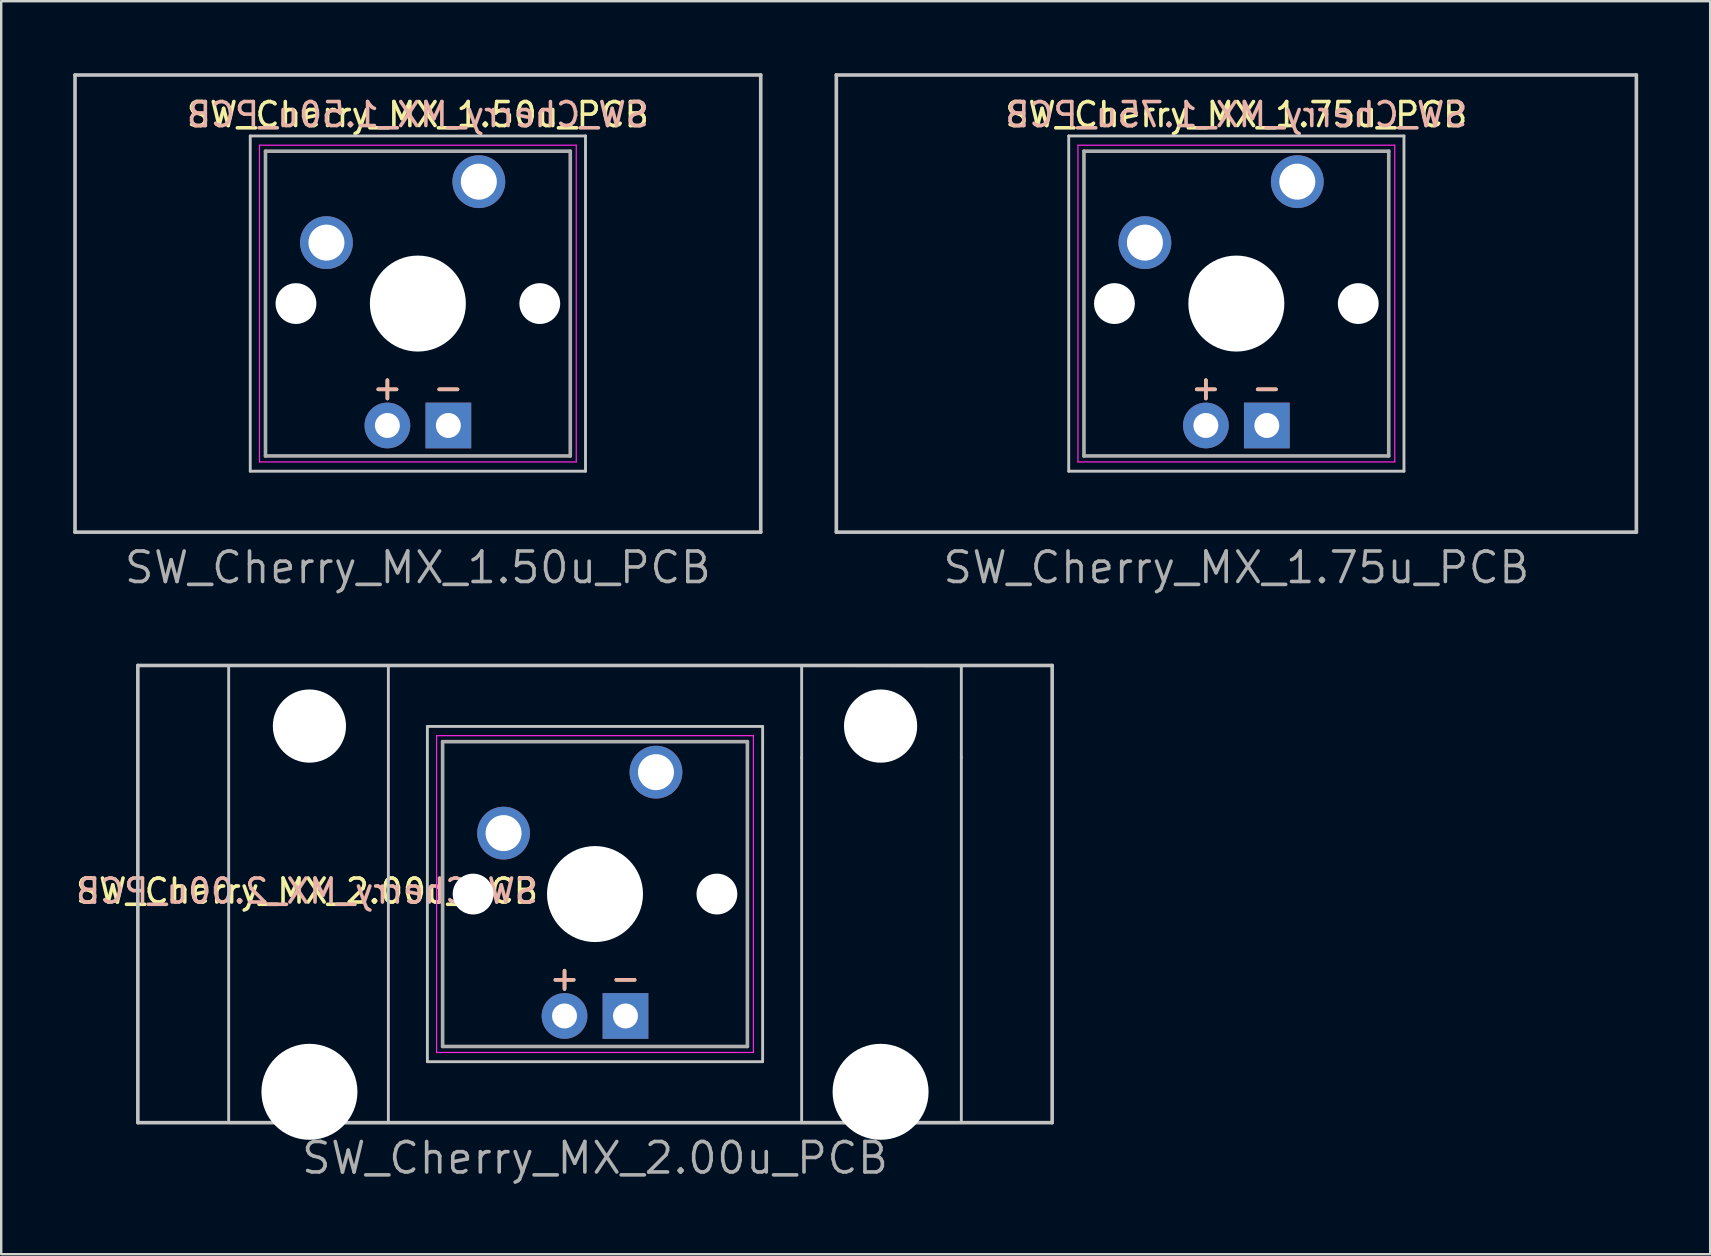
<source format=kicad_pcb>
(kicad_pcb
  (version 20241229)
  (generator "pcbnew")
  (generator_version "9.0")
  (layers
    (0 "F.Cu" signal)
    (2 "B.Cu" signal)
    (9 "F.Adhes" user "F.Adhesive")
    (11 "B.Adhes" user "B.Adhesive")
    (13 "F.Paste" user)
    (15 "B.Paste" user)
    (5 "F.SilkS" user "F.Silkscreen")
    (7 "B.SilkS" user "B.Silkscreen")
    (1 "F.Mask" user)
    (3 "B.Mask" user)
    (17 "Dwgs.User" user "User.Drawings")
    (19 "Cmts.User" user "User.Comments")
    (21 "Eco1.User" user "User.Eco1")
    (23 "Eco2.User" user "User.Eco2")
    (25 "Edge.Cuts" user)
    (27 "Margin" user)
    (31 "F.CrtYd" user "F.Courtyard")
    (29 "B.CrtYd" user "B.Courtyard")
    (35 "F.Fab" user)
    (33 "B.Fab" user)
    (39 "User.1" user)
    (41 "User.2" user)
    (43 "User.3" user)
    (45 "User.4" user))
  (footprint "SW_Cherry_MX_1.50u_PCB"
    (layer "F.Cu")
    (at 14.363 9.6)
    (property "Reference" "SW_Cherry_MX_1.50u_PCB" (at 0 11 0) (layer "F.Fab") (effects (font (size 1.27 1.27) (thickness 0.15))))
    (attr through_hole)
    (fp_line (start -14.287 -9.525) (end 14.287 -9.525) (stroke (width 0.15) (type solid)) (layer "Dwgs.User"))
    (fp_line (start -14.287 9.525) (end -14.287 -9.525) (stroke (width 0.15) (type solid)) (layer "Dwgs.User"))
    (fp_line (start -6.985 -6.985) (end 6.985 -6.985) (stroke (width 0.12) (type solid)) (layer "Dwgs.User"))
    (fp_line (start -6.985 6.985) (end -6.985 -6.985) (stroke (width 0.12) (type solid)) (layer "Dwgs.User"))
    (fp_line (start 6.985 -6.985) (end 6.985 6.985) (stroke (width 0.12) (type solid)) (layer "Dwgs.User"))
    (fp_line (start 6.985 6.985) (end -6.985 6.985) (stroke (width 0.12) (type solid)) (layer "Dwgs.User"))
    (fp_line (start 14.287 -9.525) (end 14.287 9.525) (stroke (width 0.15) (type solid)) (layer "Dwgs.User"))
    (fp_line (start 14.287 9.525) (end -14.287 9.525) (stroke (width 0.15) (type solid)) (layer "Dwgs.User"))
    (fp_line (start -6.985 -6.985) (end 6.985 -6.985) (stroke (width 0.05) (type solid)) (layer "Eco1.User"))
    (fp_line (start -6.985 6.985) (end -6.985 -6.985) (stroke (width 0.05) (type solid)) (layer "Eco1.User"))
    (fp_line (start 6.985 -6.985) (end 6.985 6.985) (stroke (width 0.05) (type solid)) (layer "Eco1.User"))
    (fp_line (start 6.985 6.985) (end -6.985 6.985) (stroke (width 0.05) (type solid)) (layer "Eco1.User"))
    (fp_line (start -6.6 -6.6) (end 6.6 -6.6) (stroke (width 0.05) (type solid)) (layer "F.CrtYd"))
    (fp_line (start -6.6 6.6) (end -6.6 -6.6) (stroke (width 0.05) (type solid)) (layer "F.CrtYd"))
    (fp_line (start 6.6 -6.6) (end 6.6 6.6) (stroke (width 0.05) (type solid)) (layer "F.CrtYd"))
    (fp_line (start 6.6 6.6) (end -6.6 6.6) (stroke (width 0.05) (type solid)) (layer "F.CrtYd"))
    (fp_line (start -6.35 -6.35) (end 6.35 -6.35) (stroke (width 0.15) (type solid)) (layer "F.Fab"))
    (fp_line (start -6.35 6.35) (end -6.35 -6.35) (stroke (width 0.15) (type solid)) (layer "F.Fab"))
    (fp_line (start 6.35 -6.35) (end 6.35 6.35) (stroke (width 0.15) (type solid)) (layer "F.Fab"))
    (fp_line (start 6.35 6.35) (end -6.35 6.35) (stroke (width 0.15) (type solid)) (layer "F.Fab"))
    (fp_text user "-" (at 1.27 3.5 0) (layer "F.SilkS") (effects (font (size 1 1) (thickness 0.15))))
    (fp_text user "${REFERENCE}" (at 0 -7.874 0) (layer "F.SilkS") (effects (font (size 1 1) (thickness 0.15))))
    (fp_text user "+" (at -1.27 3.5 0) (layer "F.SilkS") (effects (font (size 1 1) (thickness 0.15))))
    (fp_text user "+" (at -1.27 3.5 0) (layer "B.SilkS") (effects (font (size 1 1) (thickness 0.15))))
    (fp_text user "${REFERENCE}" (at 0 -7.874 0) (layer "B.SilkS") (effects (font (size 1 1) (thickness 0.15)) (justify mirror)))
    (fp_text user "-" (at 1.27 3.5 0) (layer "B.SilkS") (effects (font (size 1 1) (thickness 0.15))))
    (pad "" np_thru_hole circle (at -5.08 0) (size 1.7 1.7) (drill 1.7) (layers "*.Cu" "*.Mask"))
    (pad "" np_thru_hole circle (at 0 0) (size 4 4) (drill 4) (layers "*.Cu" "*.Mask"))
    (pad "" np_thru_hole circle (at 5.08 0) (size 1.7 1.7) (drill 1.7) (layers "*.Cu" "*.Mask"))
    (pad "1" thru_hole circle (at 2.54 -5.08) (size 2.2 2.2) (drill 1.5) (layers "*.Cu" "*.Mask"))
    (pad "2" thru_hole circle (at -3.81 -2.54) (size 2.2 2.2) (drill 1.5) (layers "*.Cu" "*.Mask"))
    (pad "3" thru_hole circle (at -1.27 5.08) (size 1.905 1.905) (drill 1.04) (layers "*.Cu" "*.Mask"))
    (pad "4" thru_hole rect (at 1.27 5.08) (size 1.905 1.905) (drill 1.04) (layers "*.Cu" "*.Mask")))
  (footprint "SW_Cherry_MX_2.00u_PCB"
    (layer "F.Cu")
    (at 21.744 34.206)
    (property "Reference" "SW_Cherry_MX_2.00u_PCB" (at 0 11 0) (layer "F.Fab") (effects (font (size 1.27 1.27) (thickness 0.15))))
    (attr through_hole)
    (fp_line (start -19.05 -9.525) (end 19.05 -9.525) (stroke (width 0.15) (type solid)) (layer "Dwgs.User"))
    (fp_line (start -19.05 9.525) (end -19.05 -9.525) (stroke (width 0.15) (type solid)) (layer "Dwgs.User"))
    (fp_line (start -15.265 9.525) (end -15.265 -9.525) (stroke (width 0.12) (type solid)) (layer "Dwgs.User"))
    (fp_line (start -15.265 9.525) (end -8.611 9.525) (stroke (width 0.12) (type solid)) (layer "Dwgs.User"))
    (fp_line (start -8.611 -9.525) (end -15.265 -9.525) (stroke (width 0.12) (type solid)) (layer "Dwgs.User"))
    (fp_line (start -8.611 9.525) (end -8.611 -9.525) (stroke (width 0.12) (type solid)) (layer "Dwgs.User"))
    (fp_line (start -6.985 -6.985) (end 6.985 -6.985) (stroke (width 0.12) (type solid)) (layer "Dwgs.User"))
    (fp_line (start -6.985 6.985) (end -6.985 -6.985) (stroke (width 0.12) (type solid)) (layer "Dwgs.User"))
    (fp_line (start 6.985 -6.985) (end 6.985 6.985) (stroke (width 0.12) (type solid)) (layer "Dwgs.User"))
    (fp_line (start 6.985 6.985) (end -6.985 6.985) (stroke (width 0.12) (type solid)) (layer "Dwgs.User"))
    (fp_line (start 8.611 -5.69) (end 8.611 -9.525) (stroke (width 0.12) (type solid)) (layer "Dwgs.User"))
    (fp_line (start 8.611 -5.69) (end 8.611 9.525) (stroke (width 0.12) (type solid)) (layer "Dwgs.User"))
    (fp_line (start 8.611 9.525) (end 15.265 9.525) (stroke (width 0.12) (type solid)) (layer "Dwgs.User"))
    (fp_line (start 15.265 -9.512) (end 8.611 -9.525) (stroke (width 0.12) (type solid)) (layer "Dwgs.User"))
    (fp_line (start 15.265 -5.69) (end 15.265 -9.512) (stroke (width 0.12) (type solid)) (layer "Dwgs.User"))
    (fp_line (start 15.265 -5.69) (end 15.265 9.525) (stroke (width 0.12) (type solid)) (layer "Dwgs.User"))
    (fp_line (start 19.05 -9.525) (end 19.05 9.525) (stroke (width 0.15) (type solid)) (layer "Dwgs.User"))
    (fp_line (start 19.05 9.525) (end -19.05 9.525) (stroke (width 0.15) (type solid)) (layer "Dwgs.User"))
    (fp_line (start -16.129 -2.286) (end -15.265 -2.286) (stroke (width 0.05) (type solid)) (layer "Eco1.User"))
    (fp_line (start -16.129 0.508) (end -16.129 -2.286) (stroke (width 0.05) (type solid)) (layer "Eco1.User"))
    (fp_line (start -15.265 -5.69) (end -8.611 -5.69) (stroke (width 0.05) (type solid)) (layer "Eco1.User"))
    (fp_line (start -15.265 -2.286) (end -15.265 -5.69) (stroke (width 0.05) (type solid)) (layer "Eco1.User"))
    (fp_line (start -15.265 0.508) (end -16.129 0.508) (stroke (width 0.05) (type solid)) (layer "Eco1.User"))
    (fp_line (start -15.265 6.604) (end -15.265 0.508) (stroke (width 0.05) (type solid)) (layer "Eco1.User"))
    (fp_line (start -14.224 6.604) (end -15.265 6.604) (stroke (width 0.05) (type solid)) (layer "Eco1.User"))
    (fp_line (start -14.224 7.772) (end -14.224 6.604) (stroke (width 0.05) (type solid)) (layer "Eco1.User"))
    (fp_line (start -9.652 6.604) (end -9.652 7.772) (stroke (width 0.05) (type solid)) (layer "Eco1.User"))
    (fp_line (start -9.652 7.772) (end -14.224 7.772) (stroke (width 0.05) (type solid)) (layer "Eco1.User"))
    (fp_line (start -8.611 -5.69) (end -8.611 -4.877) (stroke (width 0.05) (type solid)) (layer "Eco1.User"))
    (fp_line (start -8.611 -4.877) (end -6.985 -4.877) (stroke (width 0.05) (type solid)) (layer "Eco1.User"))
    (fp_line (start -8.611 5.817) (end -8.611 6.604) (stroke (width 0.05) (type solid)) (layer "Eco1.User"))
    (fp_line (start -8.611 6.604) (end -9.652 6.604) (stroke (width 0.05) (type solid)) (layer "Eco1.User"))
    (fp_line (start -6.985 -6.985) (end 6.985 -6.985) (stroke (width 0.05) (type solid)) (layer "Eco1.User"))
    (fp_line (start -6.985 -4.877) (end -6.985 -6.985) (stroke (width 0.05) (type solid)) (layer "Eco1.User"))
    (fp_line (start -6.985 5.817) (end -8.611 5.817) (stroke (width 0.05) (type solid)) (layer "Eco1.User"))
    (fp_line (start -6.985 6.985) (end -6.985 5.817) (stroke (width 0.05) (type solid)) (layer "Eco1.User"))
    (fp_line (start 6.985 -6.985) (end 6.985 -4.877) (stroke (width 0.05) (type solid)) (layer "Eco1.User"))
    (fp_line (start 6.985 -4.877) (end 8.611 -4.877) (stroke (width 0.05) (type solid)) (layer "Eco1.User"))
    (fp_line (start 6.985 5.817) (end 6.985 6.985) (stroke (width 0.05) (type solid)) (layer "Eco1.User"))
    (fp_line (start 6.985 6.985) (end -6.985 6.985) (stroke (width 0.05) (type solid)) (layer "Eco1.User"))
    (fp_line (start 8.611 -5.69) (end 15.265 -5.69) (stroke (width 0.05) (type solid)) (layer "Eco1.User"))
    (fp_line (start 8.611 -4.877) (end 8.611 -5.69) (stroke (width 0.05) (type solid)) (layer "Eco1.User"))
    (fp_line (start 8.611 5.817) (end 6.985 5.817) (stroke (width 0.05) (type solid)) (layer "Eco1.User"))
    (fp_line (start 8.611 6.604) (end 8.611 5.817) (stroke (width 0.05) (type solid)) (layer "Eco1.User"))
    (fp_line (start 9.652 6.604) (end 8.611 6.604) (stroke (width 0.05) (type solid)) (layer "Eco1.User"))
    (fp_line (start 9.652 7.772) (end 9.652 6.604) (stroke (width 0.05) (type solid)) (layer "Eco1.User"))
    (fp_line (start 14.224 6.604) (end 14.224 7.772) (stroke (width 0.05) (type solid)) (layer "Eco1.User"))
    (fp_line (start 14.224 7.772) (end 9.652 7.772) (stroke (width 0.05) (type solid)) (layer "Eco1.User"))
    (fp_line (start 15.265 -5.69) (end 15.265 -2.286) (stroke (width 0.05) (type solid)) (layer "Eco1.User"))
    (fp_line (start 15.265 -2.286) (end 16.129 -2.286) (stroke (width 0.05) (type solid)) (layer "Eco1.User"))
    (fp_line (start 15.265 0.508) (end 15.265 6.604) (stroke (width 0.05) (type solid)) (layer "Eco1.User"))
    (fp_line (start 15.265 6.604) (end 14.224 6.604) (stroke (width 0.05) (type solid)) (layer "Eco1.User"))
    (fp_line (start 16.129 -2.286) (end 16.129 0.508) (stroke (width 0.05) (type solid)) (layer "Eco1.User"))
    (fp_line (start 16.129 0.508) (end 15.265 0.508) (stroke (width 0.05) (type solid)) (layer "Eco1.User"))
    (fp_line (start -6.6 -6.6) (end 6.6 -6.6) (stroke (width 0.05) (type solid)) (layer "F.CrtYd"))
    (fp_line (start -6.6 6.6) (end -6.6 -6.6) (stroke (width 0.05) (type solid)) (layer "F.CrtYd"))
    (fp_line (start 6.6 -6.6) (end 6.6 6.6) (stroke (width 0.05) (type solid)) (layer "F.CrtYd"))
    (fp_line (start 6.6 6.6) (end -6.6 6.6) (stroke (width 0.05) (type solid)) (layer "F.CrtYd"))
    (fp_line (start -6.35 -6.35) (end 6.35 -6.35) (stroke (width 0.15) (type solid)) (layer "F.Fab"))
    (fp_line (start -6.35 6.35) (end -6.35 -6.35) (stroke (width 0.15) (type solid)) (layer "F.Fab"))
    (fp_line (start 6.35 -6.35) (end 6.35 6.35) (stroke (width 0.15) (type solid)) (layer "F.Fab"))
    (fp_line (start 6.35 6.35) (end -6.35 6.35) (stroke (width 0.15) (type solid)) (layer "F.Fab"))
    (fp_text user "${REFERENCE}" (at -12 -0.124 0) (layer "F.SilkS") (effects (font (size 1 1) (thickness 0.15))))
    (fp_text user "+" (at -1.27 3.5 0) (layer "F.SilkS") (effects (font (size 1 1) (thickness 0.15))))
    (fp_text user "-" (at 1.27 3.5 0) (layer "F.SilkS") (effects (font (size 1 1) (thickness 0.15))))
    (fp_text user "+" (at -1.27 3.5 0) (layer "B.SilkS") (effects (font (size 1 1) (thickness 0.15))))
    (fp_text user "${REFERENCE}" (at -12 -0.124 0) (layer "B.SilkS") (effects (font (size 1 1) (thickness 0.15)) (justify mirror)))
    (fp_text user "-" (at 1.27 3.5 0) (layer "B.SilkS") (effects (font (size 1 1) (thickness 0.15))))
    (pad "" np_thru_hole circle (at -11.9 -7) (size 3.05 3.05) (drill 3.05) (layers "*.Cu" "*.Mask"))
    (pad "" np_thru_hole circle (at -11.9 8.24) (size 4 4) (drill 4) (layers "*.Cu" "*.Mask"))
    (pad "" np_thru_hole circle (at -5.08 0) (size 1.7 1.7) (drill 1.7) (layers "*.Cu" "*.Mask"))
    (pad "" np_thru_hole circle (at 0 0) (size 4 4) (drill 4) (layers "*.Cu" "*.Mask"))
    (pad "" np_thru_hole circle (at 5.08 0) (size 1.7 1.7) (drill 1.7) (layers "*.Cu" "*.Mask"))
    (pad "" np_thru_hole circle (at 11.9 -7) (size 3.05 3.05) (drill 3.05) (layers "*.Cu" "*.Mask"))
    (pad "" np_thru_hole circle (at 11.9 8.24) (size 4 4) (drill 4) (layers "*.Cu" "*.Mask"))
    (pad "1" thru_hole circle (at 2.54 -5.08) (size 2.2 2.2) (drill 1.5) (layers "*.Cu" "*.Mask"))
    (pad "2" thru_hole circle (at -3.81 -2.54) (size 2.2 2.2) (drill 1.5) (layers "*.Cu" "*.Mask"))
    (pad "3" thru_hole circle (at -1.27 5.08) (size 1.905 1.905) (drill 1.04) (layers "*.Cu" "*.Mask"))
    (pad "4" thru_hole rect (at 1.27 5.08) (size 1.905 1.905) (drill 1.04) (layers "*.Cu" "*.Mask")))
  (footprint "SW_Cherry_MX_1.75u_PCB"
    (layer "F.Cu")
    (at 48.469 9.6)
    (property "Reference" "SW_Cherry_MX_1.75u_PCB" (at 0 11 0) (layer "F.Fab") (effects (font (size 1.27 1.27) (thickness 0.15))))
    (attr through_hole)
    (fp_line (start -16.669 -9.525) (end 16.669 -9.525) (stroke (width 0.15) (type solid)) (layer "Dwgs.User"))
    (fp_line (start -16.669 9.525) (end -16.669 -9.525) (stroke (width 0.15) (type solid)) (layer "Dwgs.User"))
    (fp_line (start -6.985 -6.985) (end 6.985 -6.985) (stroke (width 0.12) (type solid)) (layer "Dwgs.User"))
    (fp_line (start -6.985 6.985) (end -6.985 -6.985) (stroke (width 0.12) (type solid)) (layer "Dwgs.User"))
    (fp_line (start 6.985 -6.985) (end 6.985 6.985) (stroke (width 0.12) (type solid)) (layer "Dwgs.User"))
    (fp_line (start 6.985 6.985) (end -6.985 6.985) (stroke (width 0.12) (type solid)) (layer "Dwgs.User"))
    (fp_line (start 16.669 -9.525) (end 16.669 9.525) (stroke (width 0.15) (type solid)) (layer "Dwgs.User"))
    (fp_line (start 16.669 9.525) (end -16.669 9.525) (stroke (width 0.15) (type solid)) (layer "Dwgs.User"))
    (fp_line (start -6.985 -6.985) (end 6.985 -6.985) (stroke (width 0.05) (type solid)) (layer "Eco1.User"))
    (fp_line (start -6.985 6.985) (end -6.985 -6.985) (stroke (width 0.05) (type solid)) (layer "Eco1.User"))
    (fp_line (start 6.985 -6.985) (end 6.985 6.985) (stroke (width 0.05) (type solid)) (layer "Eco1.User"))
    (fp_line (start 6.985 6.985) (end -6.985 6.985) (stroke (width 0.05) (type solid)) (layer "Eco1.User"))
    (fp_line (start -6.6 -6.6) (end 6.6 -6.6) (stroke (width 0.05) (type solid)) (layer "F.CrtYd"))
    (fp_line (start -6.6 6.6) (end -6.6 -6.6) (stroke (width 0.05) (type solid)) (layer "F.CrtYd"))
    (fp_line (start 6.6 -6.6) (end 6.6 6.6) (stroke (width 0.05) (type solid)) (layer "F.CrtYd"))
    (fp_line (start 6.6 6.6) (end -6.6 6.6) (stroke (width 0.05) (type solid)) (layer "F.CrtYd"))
    (fp_line (start -6.35 -6.35) (end 6.35 -6.35) (stroke (width 0.15) (type solid)) (layer "F.Fab"))
    (fp_line (start -6.35 6.35) (end -6.35 -6.35) (stroke (width 0.15) (type solid)) (layer "F.Fab"))
    (fp_line (start 6.35 -6.35) (end 6.35 6.35) (stroke (width 0.15) (type solid)) (layer "F.Fab"))
    (fp_line (start 6.35 6.35) (end -6.35 6.35) (stroke (width 0.15) (type solid)) (layer "F.Fab"))
    (fp_text user "+" (at -1.27 3.5 0) (layer "F.SilkS") (effects (font (size 1 1) (thickness 0.15))))
    (fp_text user "-" (at 1.27 3.5 0) (layer "F.SilkS") (effects (font (size 1 1) (thickness 0.15))))
    (fp_text user "${REFERENCE}" (at 0 -7.874 0) (layer "F.SilkS") (effects (font (size 1 1) (thickness 0.15))))
    (fp_text user "+" (at -1.27 3.5 0) (layer "B.SilkS") (effects (font (size 1 1) (thickness 0.15))))
    (fp_text user "-" (at 1.27 3.5 0) (layer "B.SilkS") (effects (font (size 1 1) (thickness 0.15))))
    (fp_text user "${REFERENCE}" (at 0 -7.874 0) (layer "B.SilkS") (effects (font (size 1 1) (thickness 0.15)) (justify mirror)))
    (pad "" np_thru_hole circle (at -5.08 0) (size 1.7 1.7) (drill 1.7) (layers "*.Cu" "*.Mask"))
    (pad "" np_thru_hole circle (at 0 0) (size 4 4) (drill 4) (layers "*.Cu" "*.Mask"))
    (pad "" np_thru_hole circle (at 5.08 0) (size 1.7 1.7) (drill 1.7) (layers "*.Cu" "*.Mask"))
    (pad "1" thru_hole circle (at 2.54 -5.08) (size 2.2 2.2) (drill 1.5) (layers "*.Cu" "*.Mask"))
    (pad "2" thru_hole circle (at -3.81 -2.54) (size 2.2 2.2) (drill 1.5) (layers "*.Cu" "*.Mask"))
    (pad "3" thru_hole circle (at -1.27 5.08) (size 1.905 1.905) (drill 1.04) (layers "*.Cu" "*.Mask"))
    (pad "4" thru_hole rect (at 1.27 5.08) (size 1.905 1.905) (drill 1.04) (layers "*.Cu" "*.Mask")))
  (gr_rect
    (start -3 -3)
    (end 68.213 49.212)
    (stroke (width 0.1) (type default))
    (fill no)
    (layer "Edge.Cuts")))
</source>
